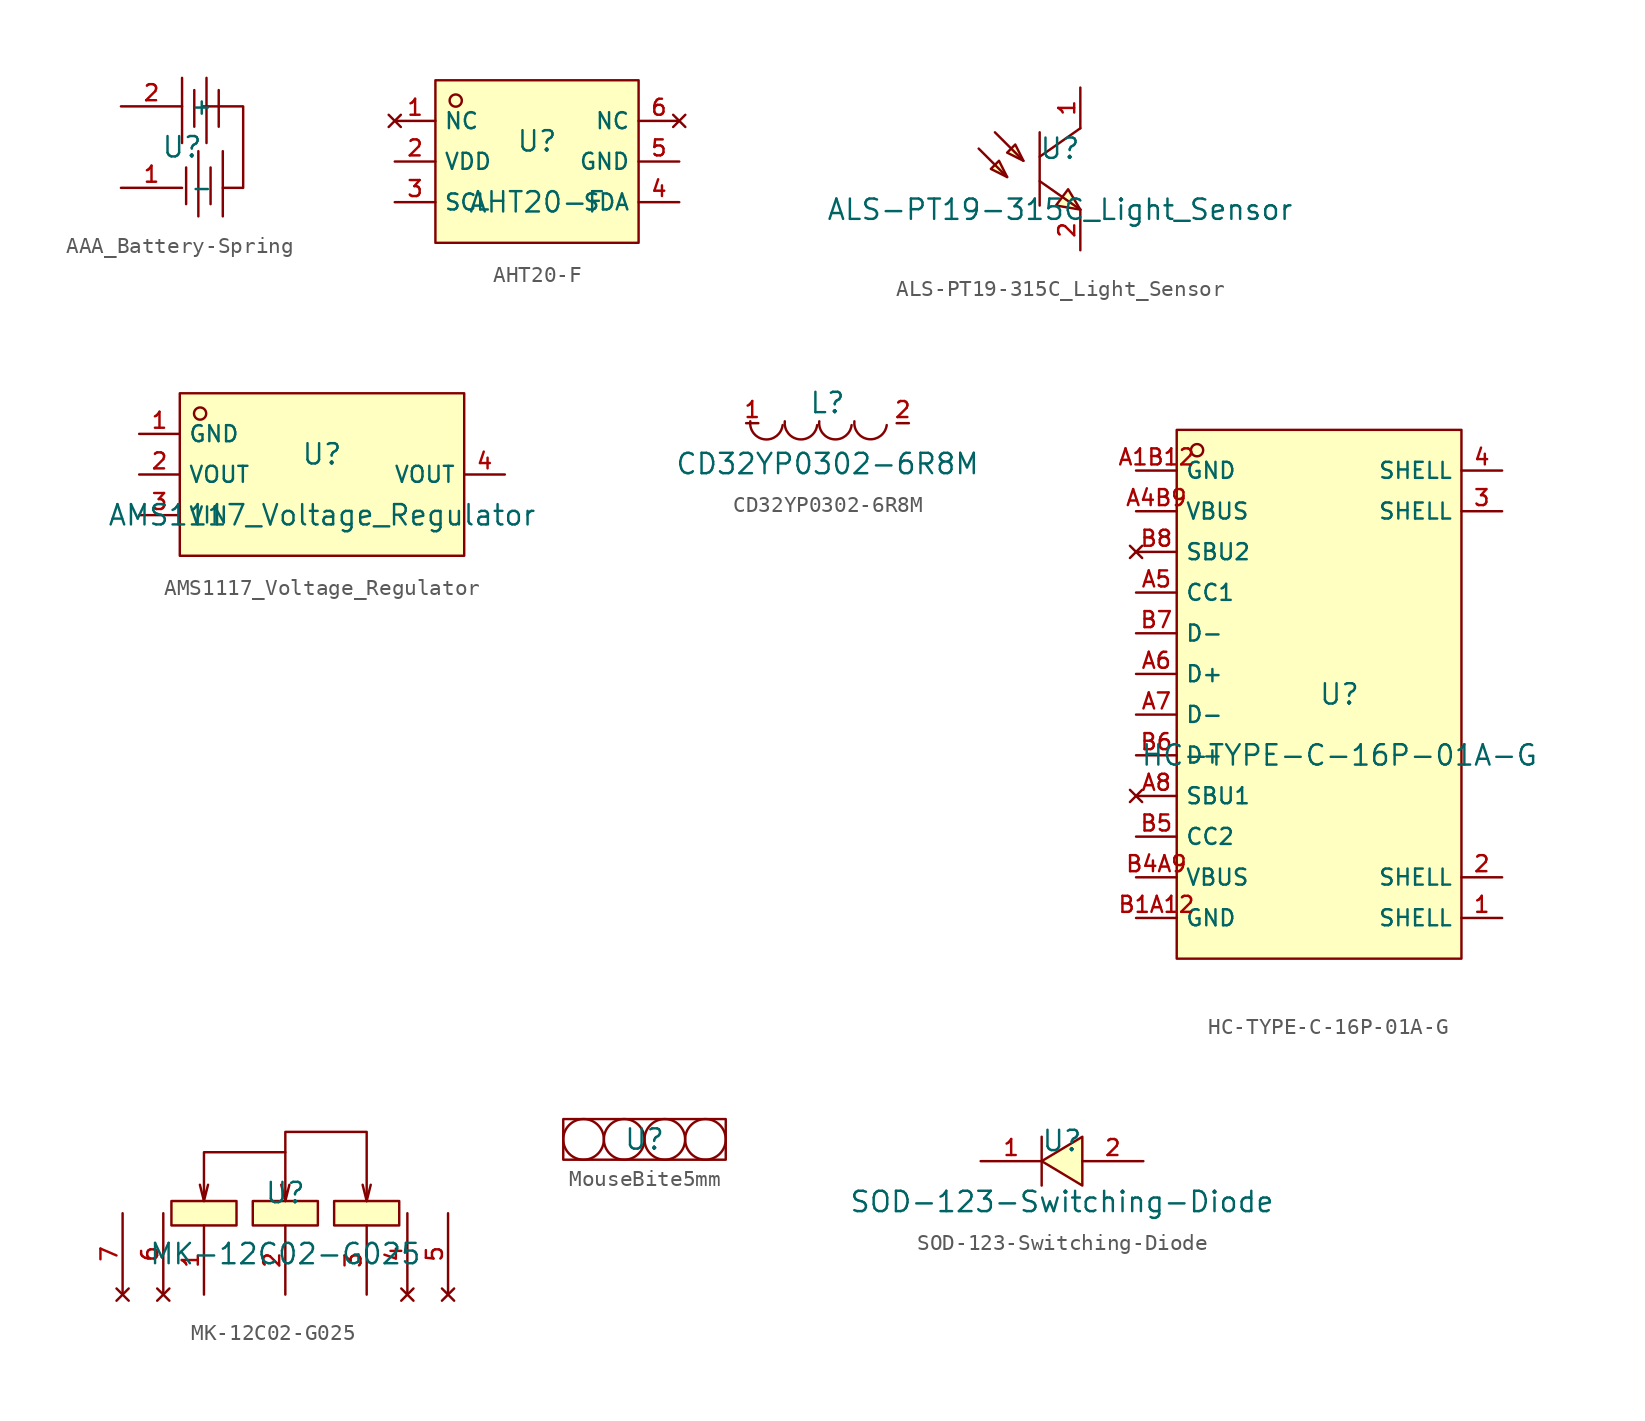
<source format=kicad_sym>
(kicad_symbol_lib
  (version 20220914)
  (generator kicad_symbol_editor)
  (symbol "AAA_Battery-Spring"
    (property "Reference" "U"
      (at 0 0 0)
      (effects (font (size 1.27 1.27))))
    (property "Value" ""
      (at 0 0 0)
      (effects (font (size 1.27 1.27))))
    (symbol "AAA_Battery-Spring_0_1"
      (polyline (pts (xy 0 0.254) (xy 0 4.318)) (stroke (width 0) (type default)) (fill (type none)))
      (polyline (pts (xy 0.254 -1.27) (xy 0.254 -3.556)) (stroke (width 0) (type default)) (fill (type none)))
      (polyline (pts (xy 0.762 1.27) (xy 0.762 3.556)) (stroke (width 0) (type default)) (fill (type none)))
      (polyline (pts (xy 1.016 -0.254) (xy 1.016 -4.318)) (stroke (width 0) (type default)) (fill (type none)))
      (polyline (pts (xy 1.524 0.254) (xy 1.524 4.318)) (stroke (width 0) (type default)) (fill (type none)))
      (polyline (pts (xy 1.778 -1.27) (xy 1.778 -3.556)) (stroke (width 0) (type default)) (fill (type none)))
      (polyline (pts (xy 2.286 1.27) (xy 2.286 3.556)) (stroke (width 0) (type default)) (fill (type none)))
      (polyline (pts (xy 2.54 -0.254) (xy 2.54 -4.318)) (stroke (width 0) (type default)) (fill (type none)))
      (polyline (pts (xy 2.54 -2.54) (xy 3.81 -2.54) (xy 3.81 2.54) (xy 1.27 2.54)) (stroke (width 0) (type default)) (fill (type none))))
    (symbol "AAA_Battery-Spring_1_1"
      (pin power_out line (at -3.81 -2.54 0) (length 3.81) (name "-" (effects (font (size 1 1)))) (number "1" (effects (font (size 1 1)))))
      (pin power_out line (at -3.81 2.54 0) (length 3.81) (name "+" (effects (font (size 1 1)))) (number "2" (effects (font (size 1 1)))))))
  (symbol "AHT20-F"
    (property "Reference" "U"
      (at 0 1.27 0)
      (effects (font (size 1.27 1.27))))
    (property "Value" "AHT20-F"
      (at 0 -2.54 0)
      (effects (font (size 1.27 1.27))))
    (symbol "AHT20-F_0_1"
      (rectangle (start -6.35 5.08) (end 6.35 -5.08) (stroke (width 0) (type default)) (fill (type background)))
      (circle (center -5.08 3.81) (radius 0.381) (stroke (width 0) (type default)) (fill (type background)))
      (pin no_connect line (at -8.89 2.54 0) (length 2.54) (name "NC" (effects (font (size 1 1)))) (number "1" (effects (font (size 1 1)))))
      (pin power_in line (at -8.89 0 0) (length 2.54) (name "VDD" (effects (font (size 1 1)))) (number "2" (effects (font (size 1 1)))))
      (pin bidirectional line (at -8.89 -2.54 0) (length 2.54) (name "SCL" (effects (font (size 1 1)))) (number "3" (effects (font (size 1 1)))))
      (pin bidirectional line (at 8.89 -2.54 180) (length 2.54) (name "SDA" (effects (font (size 1 1)))) (number "4" (effects (font (size 1 1)))))
      (pin power_in line (at 8.89 0 180) (length 2.54) (name "GND" (effects (font (size 1 1)))) (number "5" (effects (font (size 1 1)))))
      (pin no_connect line (at 8.89 2.54 180) (length 2.54) (name "NC" (effects (font (size 1 1)))) (number "6" (effects (font (size 1 1)))))))
  (symbol "ALS-PT19-315C_Light_Sensor"
    (pin_names hide)
    (property "Reference" "U"
      (at 0 1.27 0)
      (effects (font (size 1.27 1.27))))
    (property "Value" "ALS-PT19-315C_Light_Sensor"
      (at 0 -2.54 0)
      (effects (font (size 1.27 1.27))))
    (symbol "ALS-PT19-315C_Light_Sensor_0_1"
      (polyline (pts (xy -5.08 1.27) (xy -3.302 -0.508)) (stroke (width 0) (type default)) (fill (type none)))
      (polyline (pts (xy -4.064 2.286) (xy -2.286 0.508)) (stroke (width 0) (type default)) (fill (type none)))
      (polyline (pts (xy -1.27 -0.762) (xy 1.27 -2.54)) (stroke (width 0) (type default)) (fill (type none)))
      (polyline (pts (xy -1.27 2.286) (xy -1.27 -2.286)) (stroke (width 0) (type default)) (fill (type none)))
      (polyline (pts (xy 1.27 2.54) (xy -1.27 0.762)) (stroke (width 0) (type default)) (fill (type none)))
      (polyline (pts (xy -3.302 -0.508) (xy -3.81 0.508) (xy -4.318 0) (xy -3.302 -0.508)) (stroke (width 0) (type default)) (fill (type background)))
      (polyline (pts (xy -2.286 0.508) (xy -2.794 1.524) (xy -3.302 1.016) (xy -2.286 0.508)) (stroke (width 0) (type default)) (fill (type background)))
      (polyline (pts (xy 1.27 -2.54) (xy 0.508 -1.27) (xy -0.254 -2.286) (xy 1.27 -2.54)) (stroke (width 0) (type default)) (fill (type background))))
    (symbol "ALS-PT19-315C_Light_Sensor_1_1"
      (pin passive line (at 1.27 5.08 270) (length 2.54) (name "C" (effects (font (size 1 1)))) (number "1" (effects (font (size 1 1)))))
      (pin passive line (at 1.27 -5.08 90) (length 2.54) (name "E" (effects (font (size 1 1)))) (number "2" (effects (font (size 1 1)))))))
  (symbol "AMS1117_Voltage_Regulator"
    (property "Reference" "U"
      (at 0 1.27 0)
      (effects (font (size 1.27 1.27))))
    (property "Value" "AMS1117_Voltage_Regulator"
      (at 0 -2.54 0)
      (effects (font (size 1.27 1.27))))
    (symbol "AMS1117_Voltage_Regulator_0_1"
      (rectangle (start -8.89 5.08) (end 8.89 -5.08) (stroke (width 0) (type default)) (fill (type background)))
      (circle (center -7.62 3.81) (radius 0.381) (stroke (width 0) (type default)) (fill (type background))))
    (symbol "AMS1117_Voltage_Regulator_1_1"
      (pin power_in line (at -11.43 2.54 0) (length 2.54) (name "GND" (effects (font (size 1 1)))) (number "1" (effects (font (size 1 1)))))
      (pin power_out line (at -11.43 0 0) (length 2.54) (name "VOUT" (effects (font (size 1 1)))) (number "2" (effects (font (size 1 1)))))
      (pin power_in line (at -11.43 -2.54 0) (length 2.54) (name "VIN" (effects (font (size 1 1)))) (number "3" (effects (font (size 1 1)))))
      (pin power_in line (at 11.43 0 180) (length 2.54) (name "VOUT" (effects (font (size 1 1)))) (number "4" (effects (font (size 1 1)))))))
  (symbol "CD32YP0302-6R8M"
    (pin_names hide)
    (property "Reference" "L"
      (at 0 1.27 0)
      (effects (font (size 1.27 1.27))))
    (property "Value" "CD32YP0302-6R8M"
      (at 0 -2.54 0)
      (effects (font (size 1.27 1.27))))
    (symbol "CD32YP0302-6R8M_0_1"
      (arc (start -4.8191 0.1177) (mid -3.9277 -1.0091) (end -2.8008 -0.1178) (stroke (width 0) (type default)) (fill (type none)))
      (arc (start -2.6644 0.117) (mid -1.773 -1.0097) (end -0.6461 -0.1184) (stroke (width 0) (type default)) (fill (type none)))
      (arc (start -0.5138 0.117) (mid 0.3776 -1.0097) (end 1.5045 -0.1184) (stroke (width 0) (type default)) (fill (type none)))
      (arc (start 1.679 0.1176) (mid 2.5704 -1.0092) (end 3.6973 -0.1179) (stroke (width 0) (type default)) (fill (type none)))
      (pin passive line (at -5.08 0 0) (length 0.762) (name "1" (effects (font (size 1 1)))) (number "1" (effects (font (size 1 1)))))
      (pin passive line (at 5.08 0 180) (length 0.762) (name "2" (effects (font (size 1 1)))) (number "2" (effects (font (size 1 1)))))))
  (symbol "HC-TYPE-C-16P-01A-G"
    (property "Reference" "U"
      (at 0 1.27 0)
      (effects (font (size 1.27 1.27))))
    (property "Value" "HC-TYPE-C-16P-01A-G"
      (at 0 -2.54 0)
      (effects (font (size 1.27 1.27))))
    (symbol "HC-TYPE-C-16P-01A-G_0_1"
      (rectangle (start -10.16 17.78) (end 7.62 -15.24) (stroke (width 0) (type default)) (fill (type background)))
      (circle (center -8.89 16.51) (radius 0.381) (stroke (width 0) (type default)) (fill (type background)))
      (pin passive line (at 10.16 -12.7 180) (length 2.54) (name "SHELL" (effects (font (size 1 1)))) (number "1" (effects (font (size 1 1)))))
      (pin passive line (at 10.16 -10.16 180) (length 2.54) (name "SHELL" (effects (font (size 1 1)))) (number "2" (effects (font (size 1 1)))))
      (pin passive line (at 10.16 12.7 180) (length 2.54) (name "SHELL" (effects (font (size 1 1)))) (number "3" (effects (font (size 1 1)))))
      (pin passive line (at 10.16 15.24 180) (length 2.54) (name "SHELL" (effects (font (size 1 1)))) (number "4" (effects (font (size 1 1)))))
      (pin power_out line (at -12.7 15.24 0) (length 2.54) (name "GND" (effects (font (size 1 1)))) (number "A1B12" (effects (font (size 1 1)))))
      (pin power_out line (at -12.7 12.7 0) (length 2.54) (name "VBUS" (effects (font (size 1 1)))) (number "A4B9" (effects (font (size 1 1)))))
      (pin passive line (at -12.7 7.62 0) (length 2.54) (name "CC1" (effects (font (size 1 1)))) (number "A5" (effects (font (size 1 1)))))
      (pin bidirectional line (at -12.7 2.54 0) (length 2.54) (name "D+" (effects (font (size 1 1)))) (number "A6" (effects (font (size 1 1)))))
      (pin bidirectional line (at -12.7 0 0) (length 2.54) (name "D-" (effects (font (size 1 1)))) (number "A7" (effects (font (size 1 1)))))
      (pin no_connect line (at -12.7 -5.08 0) (length 2.54) (name "SBU1" (effects (font (size 1 1)))) (number "A8" (effects (font (size 1 1)))))
      (pin power_in line (at -12.7 -12.7 0) (length 2.54) (name "GND" (effects (font (size 1 1)))) (number "B1A12" (effects (font (size 1 1)))))
      (pin power_in line (at -12.7 -10.16 0) (length 2.54) (name "VBUS" (effects (font (size 1 1)))) (number "B4A9" (effects (font (size 1 1)))))
      (pin passive line (at -12.7 -7.62 0) (length 2.54) (name "CC2" (effects (font (size 1 1)))) (number "B5" (effects (font (size 1 1)))))
      (pin bidirectional line (at -12.7 -2.54 0) (length 2.54) (name "D+" (effects (font (size 1 1)))) (number "B6" (effects (font (size 1 1)))))
      (pin bidirectional line (at -12.7 5.08 0) (length 2.54) (name "D-" (effects (font (size 1 1)))) (number "B7" (effects (font (size 1 1)))))
      (pin no_connect line (at -12.7 10.16 0) (length 2.54) (name "SBU2" (effects (font (size 1 1)))) (number "B8" (effects (font (size 1 1)))))))
  (symbol "MK-12C02-G025"
    (pin_names hide)
    (property "Reference" "U"
      (at 0 1.27 0)
      (effects (font (size 1.27 1.27))))
    (property "Value" "MK-12C02-G025"
      (at 0 -2.54 0)
      (effects (font (size 1.27 1.27))))
    (symbol "MK-12C02-G025_0_1"
      (rectangle (start -7.112 0.762) (end -3.048 -0.762) (stroke (width 0) (type default)) (fill (type background)))
      (rectangle (start -2.032 0.762) (end 2.032 -0.762) (stroke (width 0) (type default)) (fill (type background)))
      (polyline (pts (xy -5.08 0.762) (xy -5.334 1.778)) (stroke (width 0) (type default)) (fill (type none)))
      (polyline (pts (xy 0 0.762) (xy -0.254 1.778)) (stroke (width 0) (type default)) (fill (type none)))
      (polyline (pts (xy 5.08 0.762) (xy 4.826 1.778)) (stroke (width 0) (type default)) (fill (type none)))
      (polyline (pts (xy 5.08 0.762) (xy 5.334 1.778)) (stroke (width 0) (type default)) (fill (type none)))
      (polyline (pts (xy 0 3.81) (xy -5.08 3.81) (xy -5.08 0.762) (xy -4.826 1.778)) (stroke (width 0) (type default)) (fill (type none)))
      (polyline (pts (xy 5.08 0.762) (xy 5.08 5.08) (xy 0 5.08) (xy 0 0.762) (xy 0.254 1.778)) (stroke (width 0) (type default)) (fill (type none)))
      (rectangle (start 3.048 0.762) (end 7.112 -0.762) (stroke (width 0) (type default)) (fill (type background)))
      (pin no_connect line (at 7.62 -5.08 90) (length 5.08) (name "4" (effects (font (size 1 1)))) (number "4" (effects (font (size 1 1)))))
      (pin no_connect line (at 10.16 -5.08 90) (length 5.08) (name "5" (effects (font (size 1 1)))) (number "5" (effects (font (size 1 1)))))
      (pin no_connect line (at -7.62 -5.08 90) (length 5.08) (name "6" (effects (font (size 1 1)))) (number "6" (effects (font (size 1 1)))))
      (pin no_connect line (at -10.16 -5.08 90) (length 5.08) (name "7" (effects (font (size 1 1)))) (number "7" (effects (font (size 1 1))))))
    (symbol "MK-12C02-G025_1_1"
      (pin power_in line (at -5.08 -5.08 90) (length 4.318) (name "1" (effects (font (size 1 1)))) (number "1" (effects (font (size 1 1)))))
      (pin power_out line (at 0 -5.08 90) (length 4.318) (name "2" (effects (font (size 1 1)))) (number "2" (effects (font (size 1 1)))))
      (pin power_in line (at 5.08 -5.08 90) (length 4.318) (name "3" (effects (font (size 1 1)))) (number "3" (effects (font (size 1 1)))))))
  (symbol "MouseBite5mm"
    (property "Reference" "U"
      (at 0 0 0)
      (effects (font (size 1.27 1.27))))
    (property "Value" ""
      (at 0 0 0)
      (effects (font (size 1.27 1.27))))
    (symbol "MouseBite5mm_0_1"
      (rectangle (start -5.08 1.27) (end 5.08 -1.27) (stroke (width 0) (type default)) (fill (type none)))
      (circle (center -3.81 0) (radius 1.27) (stroke (width 0) (type default)) (fill (type none)))
      (circle (center -1.27 0) (radius 1.27) (stroke (width 0) (type default)) (fill (type none)))
      (circle (center 1.27 0) (radius 1.27) (stroke (width 0) (type default)) (fill (type none)))
      (circle (center 3.81 0) (radius 1.27) (stroke (width 0) (type default)) (fill (type none)))))
  (symbol "SOD-123-Switching-Diode"
    (pin_names hide)
    (property "Reference" "U"
      (at 0 1.27 0)
      (effects (font (size 1.27 1.27))))
    (property "Value" "SOD-123-Switching-Diode"
      (at 0 -2.54 0)
      (effects (font (size 1.27 1.27))))
    (symbol "SOD-123-Switching-Diode_0_1"
      (polyline (pts (xy -1.27 -1.524) (xy -1.27 1.524)) (stroke (width 0) (type default)) (fill (type none)))
      (polyline (pts (xy 1.27 1.524) (xy -1.27 0) (xy 1.27 -1.524) (xy 1.27 1.524)) (stroke (width 0) (type default)) (fill (type background))))
    (symbol "SOD-123-Switching-Diode_1_1"
      (pin passive line (at -5.08 0 0) (length 3.81) (name "K" (effects (font (size 1 1)))) (number "1" (effects (font (size 1 1)))))
      (pin passive line (at 5.08 0 180) (length 3.81) (name "A" (effects (font (size 1 1)))) (number "2" (effects (font (size 1 1))))))))
</source>
